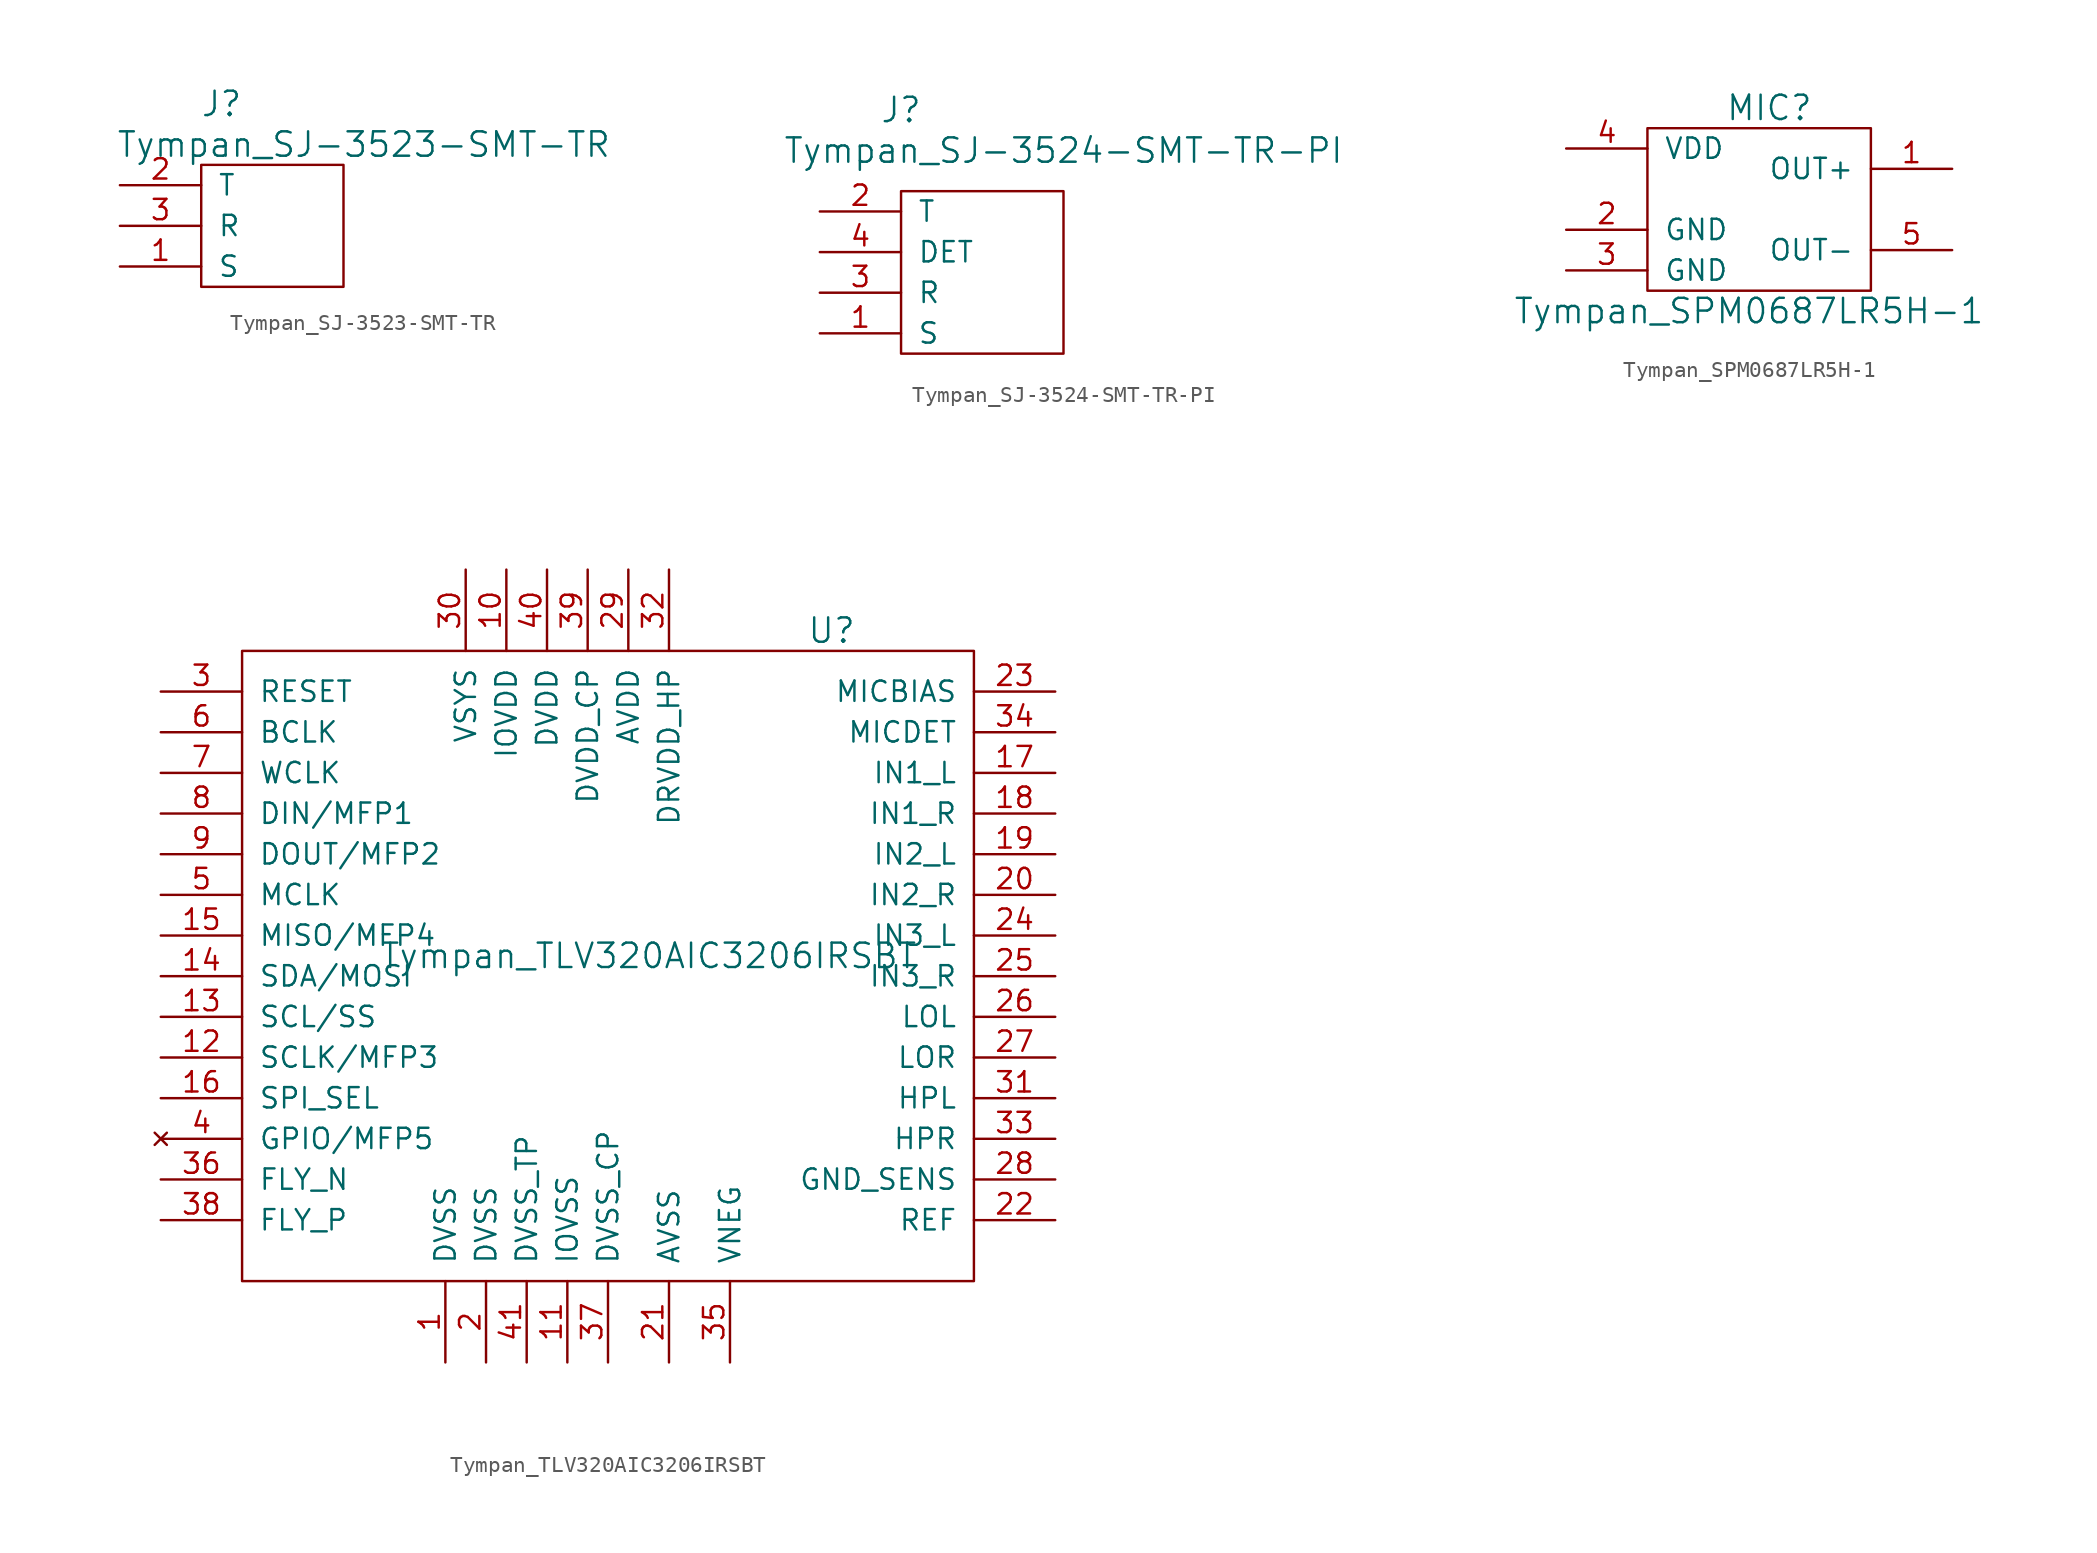
<source format=kicad_sym>
(kicad_symbol_lib
  (version 20241209)
  (generator "kicad_symbol_editor")
  (generator_version "9.0")
  (symbol "Tympan_SJ-3523-SMT-TR"
    (pin_names
      (offset 1.016))
    (property "Reference" "J"
      (at -2.54 7.62 0)
      (effects (font (size 1.524 1.524))))
    (property "Value" "Tympan_SJ-3523-SMT-TR"
      (at 6.35 5.08 0)
      (effects (font (size 1.524 1.524))))
    (property "Footprint" ""
      (at 0 0 0)
      (effects (font (size 1.524 1.524))))
    (property "Datasheet" ""
      (at 0 0 0)
      (effects (font (size 1.524 1.524))))
    (symbol "Tympan_SJ-3523-SMT-TR_0_1"
      (rectangle (start -3.81 3.81) (end 5.08 -3.81) (stroke (width 0) (type solid)) (fill (type none))))
    (symbol "Tympan_SJ-3523-SMT-TR_1_1"
      (pin input line (at -8.89 2.54 0) (length 5.08) (name "T" (effects (font (size 1.27 1.27)))) (number "2" (effects (font (size 1.27 1.27)))))
      (pin input line (at -8.89 0 0) (length 5.08) (name "R" (effects (font (size 1.27 1.27)))) (number "3" (effects (font (size 1.27 1.27)))))
      (pin input line (at -8.89 -2.54 0) (length 5.08) (name "S" (effects (font (size 1.27 1.27)))) (number "1" (effects (font (size 1.27 1.27)))))))
  (symbol "Tympan_SJ-3524-SMT-TR-PI"
    (pin_names
      (offset 1.016))
    (property "Reference" "J"
      (at -10.16 11.43 0)
      (effects (font (size 1.524 1.524))))
    (property "Value" "Tympan_SJ-3524-SMT-TR-PI"
      (at 0 8.89 0)
      (effects (font (size 1.524 1.524))))
    (property "Footprint" ""
      (at 0 0 0)
      (effects (font (size 1.524 1.524))))
    (property "Datasheet" ""
      (at 0 0 0)
      (effects (font (size 1.524 1.524))))
    (symbol "Tympan_SJ-3524-SMT-TR-PI_0_1"
      (rectangle (start -10.16 6.35) (end 0 -3.81) (stroke (width 0) (type solid)) (fill (type none))))
    (symbol "Tympan_SJ-3524-SMT-TR-PI_1_1"
      (pin input line (at -15.24 5.08 0) (length 5.08) (name "T" (effects (font (size 1.27 1.27)))) (number "2" (effects (font (size 1.27 1.27)))))
      (pin input line (at -15.24 2.54 0) (length 5.08) (name "DET" (effects (font (size 1.27 1.27)))) (number "4" (effects (font (size 1.27 1.27)))))
      (pin input line (at -15.24 0 0) (length 5.08) (name "R" (effects (font (size 1.27 1.27)))) (number "3" (effects (font (size 1.27 1.27)))))
      (pin input line (at -15.24 -2.54 0) (length 5.08) (name "S" (effects (font (size 1.27 1.27)))) (number "1" (effects (font (size 1.27 1.27)))))))
  (symbol "Tympan_SPM0687LR5H-1"
    (pin_names
      (offset 1.016))
    (property "Reference" "MIC"
      (at 2.54 7.62 0)
      (effects (font (size 1.524 1.524))))
    (property "Value" "Tympan_SPM0687LR5H-1"
      (at 1.27 -5.08 0)
      (effects (font (size 1.524 1.524))))
    (property "Footprint" ""
      (at 0 0 0)
      (effects (font (size 1.524 1.524))))
    (property "Datasheet" ""
      (at 0 0 0)
      (effects (font (size 1.524 1.524))))
    (symbol "Tympan_SPM0687LR5H-1_0_1"
      (rectangle (start -5.08 6.35) (end 8.89 -3.81) (stroke (width 0) (type solid)) (fill (type none))))
    (symbol "Tympan_SPM0687LR5H-1_1_1"
      (pin input line (at -10.16 5.08 0) (length 5.08) (name "VDD" (effects (font (size 1.27 1.27)))) (number "4" (effects (font (size 1.27 1.27)))))
      (pin input line (at -10.16 0 0) (length 5.08) (name "GND" (effects (font (size 1.27 1.27)))) (number "2" (effects (font (size 1.27 1.27)))))
      (pin input line (at -10.16 -2.54 0) (length 5.08) (name "GND" (effects (font (size 1.27 1.27)))) (number "3" (effects (font (size 1.27 1.27)))))
      (pin input line (at 13.97 3.81 180) (length 5.08) (name "OUT+" (effects (font (size 1.27 1.27)))) (number "1" (effects (font (size 1.27 1.27)))))
      (pin input line (at 13.97 -1.27 180) (length 5.08) (name "OUT-" (effects (font (size 1.27 1.27)))) (number "5" (effects (font (size 1.27 1.27)))))))
  (symbol "Tympan_TLV320AIC3206IRSBT"
    (pin_names
      (offset 1.016))
    (property "Reference" "U"
      (at 13.97 21.59 0)
      (effects (font (size 1.524 1.524))))
    (property "Value" "Tympan_TLV320AIC3206IRSBT"
      (at 2.54 1.27 0)
      (effects (font (size 1.524 1.524))))
    (symbol "Tympan_TLV320AIC3206IRSBT_0_1"
      (rectangle (start -22.86 20.32) (end 22.86 -19.05) (stroke (width 0) (type solid)) (fill (type none))))
    (symbol "Tympan_TLV320AIC3206IRSBT_1_1"
      (pin input line (at -27.94 17.78 0) (length 5.08) (name "RESET" (effects (font (size 1.27 1.27)))) (number "3" (effects (font (size 1.27 1.27)))))
      (pin input line (at -27.94 15.24 0) (length 5.08) (name "BCLK" (effects (font (size 1.27 1.27)))) (number "6" (effects (font (size 1.27 1.27)))))
      (pin input line (at -27.94 12.7 0) (length 5.08) (name "WCLK" (effects (font (size 1.27 1.27)))) (number "7" (effects (font (size 1.27 1.27)))))
      (pin input line (at -27.94 10.16 0) (length 5.08) (name "DIN/MFP1" (effects (font (size 1.27 1.27)))) (number "8" (effects (font (size 1.27 1.27)))))
      (pin input line (at -27.94 7.62 0) (length 5.08) (name "DOUT/MFP2" (effects (font (size 1.27 1.27)))) (number "9" (effects (font (size 1.27 1.27)))))
      (pin input line (at -27.94 5.08 0) (length 5.08) (name "MCLK" (effects (font (size 1.27 1.27)))) (number "5" (effects (font (size 1.27 1.27)))))
      (pin input line (at -27.94 2.54 0) (length 5.08) (name "MISO/MFP4" (effects (font (size 1.27 1.27)))) (number "15" (effects (font (size 1.27 1.27)))))
      (pin input line (at -27.94 0 0) (length 5.08) (name "SDA/MOSI" (effects (font (size 1.27 1.27)))) (number "14" (effects (font (size 1.27 1.27)))))
      (pin input line (at -27.94 -2.54 0) (length 5.08) (name "SCL/SS" (effects (font (size 1.27 1.27)))) (number "13" (effects (font (size 1.27 1.27)))))
      (pin input line (at -27.94 -5.08 0) (length 5.08) (name "SCLK/MFP3" (effects (font (size 1.27 1.27)))) (number "12" (effects (font (size 1.27 1.27)))))
      (pin input line (at -27.94 -7.62 0) (length 5.08) (name "SPI_SEL" (effects (font (size 1.27 1.27)))) (number "16" (effects (font (size 1.27 1.27)))))
      (pin no_connect line (at -27.94 -10.16 0) (length 5.08) (name "GPIO/MFP5" (effects (font (size 1.27 1.27)))) (number "4" (effects (font (size 1.27 1.27)))))
      (pin input line (at -27.94 -12.7 0) (length 5.08) (name "FLY_N" (effects (font (size 1.27 1.27)))) (number "36" (effects (font (size 1.27 1.27)))))
      (pin input line (at -27.94 -15.24 0) (length 5.08) (name "FLY_P" (effects (font (size 1.27 1.27)))) (number "38" (effects (font (size 1.27 1.27)))))
      (pin power_out line (at -10.16 -24.13 90) (length 5.08) (name "DVSS" (effects (font (size 1.27 1.27)))) (number "1" (effects (font (size 1.27 1.27)))))
      (pin power_out line (at -8.89 25.4 270) (length 5.08) (name "VSYS" (effects (font (size 1.27 1.27)))) (number "30" (effects (font (size 1.27 1.27)))))
      (pin power_out line (at -7.62 -24.13 90) (length 5.08) (name "DVSS" (effects (font (size 1.27 1.27)))) (number "2" (effects (font (size 1.27 1.27)))))
      (pin power_out line (at -6.35 25.4 270) (length 5.08) (name "IOVDD" (effects (font (size 1.27 1.27)))) (number "10" (effects (font (size 1.27 1.27)))))
      (pin power_out line (at -5.08 -24.13 90) (length 5.08) (name "DVSS_TP" (effects (font (size 1.27 1.27)))) (number "41" (effects (font (size 1.27 1.27)))))
      (pin power_out line (at -3.81 25.4 270) (length 5.08) (name "DVDD" (effects (font (size 1.27 1.27)))) (number "40" (effects (font (size 1.27 1.27)))))
      (pin power_out line (at -2.54 -24.13 90) (length 5.08) (name "IOVSS" (effects (font (size 1.27 1.27)))) (number "11" (effects (font (size 1.27 1.27)))))
      (pin power_out line (at -1.27 25.4 270) (length 5.08) (name "DVDD_CP" (effects (font (size 1.27 1.27)))) (number "39" (effects (font (size 1.27 1.27)))))
      (pin power_out line (at 0 -24.13 90) (length 5.08) (name "DVSS_CP" (effects (font (size 1.27 1.27)))) (number "37" (effects (font (size 1.27 1.27)))))
      (pin power_out line (at 1.27 25.4 270) (length 5.08) (name "AVDD" (effects (font (size 1.27 1.27)))) (number "29" (effects (font (size 1.27 1.27)))))
      (pin power_out line (at 3.81 25.4 270) (length 5.08) (name "DRVDD_HP" (effects (font (size 1.27 1.27)))) (number "32" (effects (font (size 1.27 1.27)))))
      (pin power_out line (at 3.81 -24.13 90) (length 5.08) (name "AVSS" (effects (font (size 1.27 1.27)))) (number "21" (effects (font (size 1.27 1.27)))))
      (pin power_out line (at 7.62 -24.13 90) (length 5.08) (name "VNEG" (effects (font (size 1.27 1.27)))) (number "35" (effects (font (size 1.27 1.27)))))
      (pin power_out line (at 27.94 17.78 180) (length 5.08) (name "MICBIAS" (effects (font (size 1.27 1.27)))) (number "23" (effects (font (size 1.27 1.27)))))
      (pin power_out line (at 27.94 15.24 180) (length 5.08) (name "MICDET" (effects (font (size 1.27 1.27)))) (number "34" (effects (font (size 1.27 1.27)))))
      (pin power_out line (at 27.94 12.7 180) (length 5.08) (name "IN1_L" (effects (font (size 1.27 1.27)))) (number "17" (effects (font (size 1.27 1.27)))))
      (pin power_out line (at 27.94 10.16 180) (length 5.08) (name "IN1_R" (effects (font (size 1.27 1.27)))) (number "18" (effects (font (size 1.27 1.27)))))
      (pin power_out line (at 27.94 7.62 180) (length 5.08) (name "IN2_L" (effects (font (size 1.27 1.27)))) (number "19" (effects (font (size 1.27 1.27)))))
      (pin power_out line (at 27.94 5.08 180) (length 5.08) (name "IN2_R" (effects (font (size 1.27 1.27)))) (number "20" (effects (font (size 1.27 1.27)))))
      (pin power_out line (at 27.94 2.54 180) (length 5.08) (name "IN3_L" (effects (font (size 1.27 1.27)))) (number "24" (effects (font (size 1.27 1.27)))))
      (pin power_out line (at 27.94 0 180) (length 5.08) (name "IN3_R" (effects (font (size 1.27 1.27)))) (number "25" (effects (font (size 1.27 1.27)))))
      (pin power_out line (at 27.94 -2.54 180) (length 5.08) (name "LOL" (effects (font (size 1.27 1.27)))) (number "26" (effects (font (size 1.27 1.27)))))
      (pin power_out line (at 27.94 -5.08 180) (length 5.08) (name "LOR" (effects (font (size 1.27 1.27)))) (number "27" (effects (font (size 1.27 1.27)))))
      (pin power_out line (at 27.94 -7.62 180) (length 5.08) (name "HPL" (effects (font (size 1.27 1.27)))) (number "31" (effects (font (size 1.27 1.27)))))
      (pin power_out line (at 27.94 -10.16 180) (length 5.08) (name "HPR" (effects (font (size 1.27 1.27)))) (number "33" (effects (font (size 1.27 1.27)))))
      (pin power_out line (at 27.94 -12.7 180) (length 5.08) (name "GND_SENS" (effects (font (size 1.27 1.27)))) (number "28" (effects (font (size 1.27 1.27)))))
      (pin power_out line (at 27.94 -15.24 180) (length 5.08) (name "REF" (effects (font (size 1.27 1.27)))) (number "22" (effects (font (size 1.27 1.27))))))))
</source>
